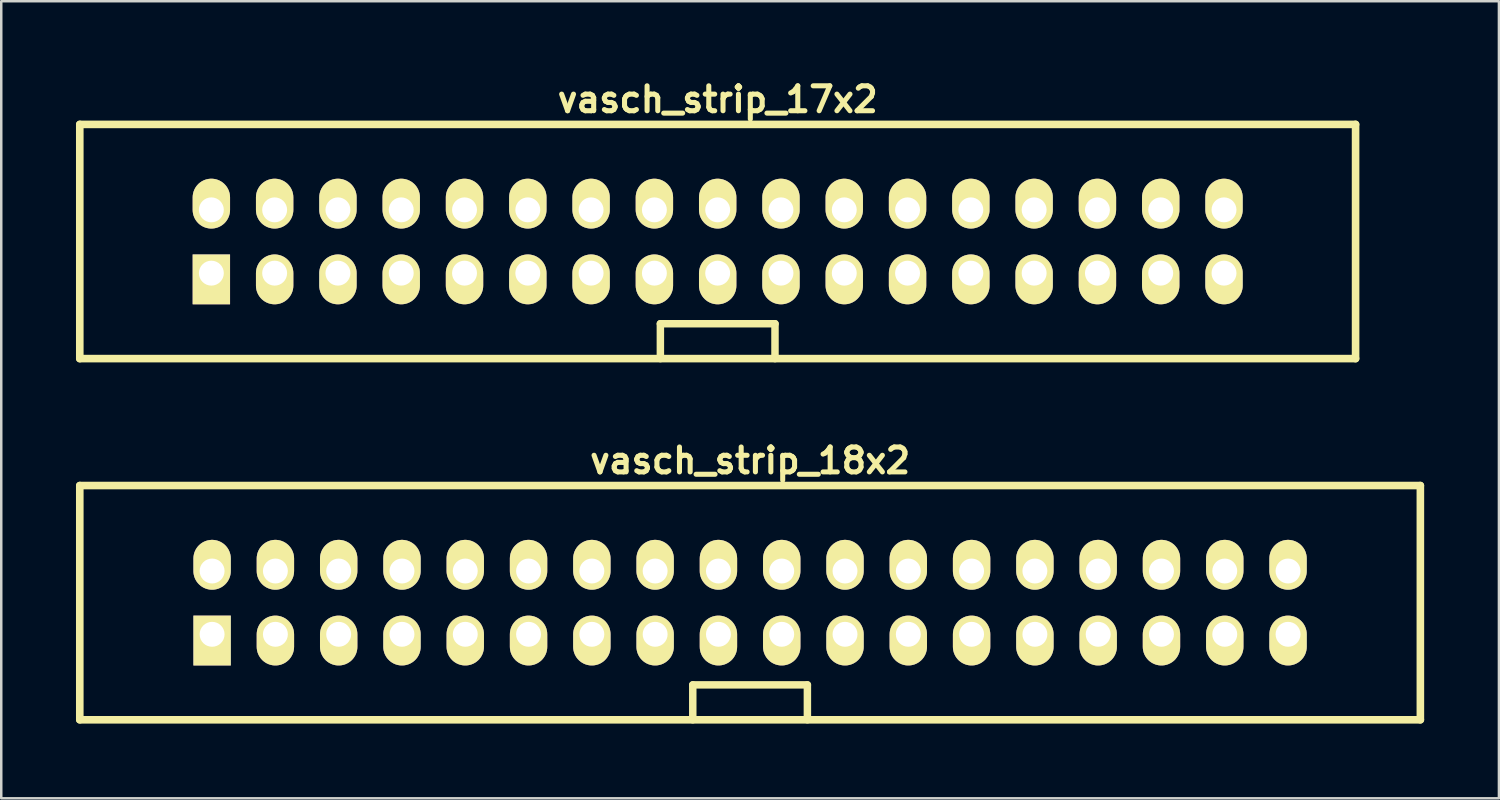
<source format=kicad_pcb>
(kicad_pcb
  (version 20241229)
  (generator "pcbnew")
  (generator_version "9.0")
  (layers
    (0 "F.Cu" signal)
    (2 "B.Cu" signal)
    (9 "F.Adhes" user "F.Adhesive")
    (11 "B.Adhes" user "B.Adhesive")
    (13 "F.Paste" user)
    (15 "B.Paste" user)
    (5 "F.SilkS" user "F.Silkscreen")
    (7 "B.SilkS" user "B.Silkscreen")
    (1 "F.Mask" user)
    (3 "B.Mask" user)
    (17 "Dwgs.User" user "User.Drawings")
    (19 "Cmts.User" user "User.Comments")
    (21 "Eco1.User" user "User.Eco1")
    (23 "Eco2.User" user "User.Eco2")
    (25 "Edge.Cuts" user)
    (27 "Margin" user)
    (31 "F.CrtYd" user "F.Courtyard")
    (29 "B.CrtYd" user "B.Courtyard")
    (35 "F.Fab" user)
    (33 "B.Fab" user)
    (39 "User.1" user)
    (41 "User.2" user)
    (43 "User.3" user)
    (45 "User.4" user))
  (footprint "vasch_strip_17x2"
    (layer "F.Cu")
    (at 25.752 6.642)
    (property "Reference" "vasch_strip_17x2" (at 0 -5.7 0) (layer "F.SilkS") (effects (font (size 1 1) (thickness 0.203))))
    (attr through_hole)
    (fp_line (start -25.6 -4.7) (end -25.6 4.7) (stroke (width 0.305) (type solid)) (layer "F.SilkS"))
    (fp_line (start -25.6 4.7) (end 25.6 4.7) (stroke (width 0.305) (type solid)) (layer "F.SilkS"))
    (fp_line (start -2.3 3.3) (end -2.3 4.7) (stroke (width 0.3) (type solid)) (layer "F.SilkS"))
    (fp_line (start 2.3 3.3) (end -2.3 3.3) (stroke (width 0.3) (type solid)) (layer "F.SilkS"))
    (fp_line (start 2.3 4.7) (end 2.3 3.3) (stroke (width 0.3) (type solid)) (layer "F.SilkS"))
    (fp_line (start 25.6 -4.7) (end -25.6 -4.7) (stroke (width 0.305) (type solid)) (layer "F.SilkS"))
    (fp_line (start 25.6 -4.7) (end 25.6 4.7) (stroke (width 0.305) (type solid)) (layer "F.SilkS"))
    (pad "1" thru_hole rect (at -20.32 1.27) (size 1.5 2) (drill 1 (offset 0 0.25)) (layers "*.Cu" "*.Mask" "F.SilkS"))
    (pad "2" thru_hole oval (at -20.32 -1.27) (size 1.5 2) (drill 1 (offset 0 -0.25)) (layers "*.Cu" "*.Mask" "F.SilkS"))
    (pad "3" thru_hole oval (at -17.78 1.27) (size 1.5 2) (drill 1 (offset 0 0.25)) (layers "*.Cu" "*.Mask" "F.SilkS"))
    (pad "4" thru_hole oval (at -17.78 -1.27) (size 1.5 2) (drill 1 (offset 0 -0.25)) (layers "*.Cu" "*.Mask" "F.SilkS"))
    (pad "5" thru_hole oval (at -15.24 1.27) (size 1.5 2) (drill 1 (offset 0 0.25)) (layers "*.Cu" "*.Mask" "F.SilkS"))
    (pad "6" thru_hole oval (at -15.24 -1.27) (size 1.5 2) (drill 1 (offset 0 -0.25)) (layers "*.Cu" "*.Mask" "F.SilkS"))
    (pad "7" thru_hole oval (at -12.7 1.27) (size 1.5 2) (drill 1 (offset 0 0.25)) (layers "*.Cu" "*.Mask" "F.SilkS"))
    (pad "8" thru_hole oval (at -12.7 -1.27) (size 1.5 2) (drill 1 (offset 0 -0.25)) (layers "*.Cu" "*.Mask" "F.SilkS"))
    (pad "9" thru_hole oval (at -10.16 1.27) (size 1.5 2) (drill 1 (offset 0 0.25)) (layers "*.Cu" "*.Mask" "F.SilkS"))
    (pad "10" thru_hole oval (at -10.16 -1.27) (size 1.5 2) (drill 1 (offset 0 -0.25)) (layers "*.Cu" "*.Mask" "F.SilkS"))
    (pad "11" thru_hole oval (at -7.62 1.27) (size 1.5 2) (drill 1 (offset 0 0.25)) (layers "*.Cu" "*.Mask" "F.SilkS"))
    (pad "12" thru_hole oval (at -7.62 -1.27) (size 1.5 2) (drill 1 (offset 0 -0.25)) (layers "*.Cu" "*.Mask" "F.SilkS"))
    (pad "13" thru_hole oval (at -5.08 1.27) (size 1.5 2) (drill 1 (offset 0 0.25)) (layers "*.Cu" "*.Mask" "F.SilkS"))
    (pad "14" thru_hole oval (at -5.08 -1.27) (size 1.5 2) (drill 1 (offset 0 -0.25)) (layers "*.Cu" "*.Mask" "F.SilkS"))
    (pad "15" thru_hole oval (at -2.54 1.27) (size 1.5 2) (drill 1 (offset 0 0.25)) (layers "*.Cu" "*.Mask" "F.SilkS"))
    (pad "16" thru_hole oval (at -2.54 -1.27) (size 1.5 2) (drill 1 (offset 0 -0.25)) (layers "*.Cu" "*.Mask" "F.SilkS"))
    (pad "17" thru_hole oval (at 0 1.27) (size 1.5 2) (drill 1 (offset 0 0.25)) (layers "*.Cu" "*.Mask" "F.SilkS"))
    (pad "18" thru_hole oval (at 0 -1.27) (size 1.5 2) (drill 1 (offset 0 -0.25)) (layers "*.Cu" "*.Mask" "F.SilkS"))
    (pad "19" thru_hole oval (at 2.54 1.27) (size 1.5 2) (drill 1 (offset 0 0.25)) (layers "*.Cu" "*.Mask" "F.SilkS"))
    (pad "20" thru_hole oval (at 2.54 -1.27) (size 1.5 2) (drill 1 (offset 0 -0.25)) (layers "*.Cu" "*.Mask" "F.SilkS"))
    (pad "21" thru_hole oval (at 5.08 1.27) (size 1.5 2) (drill 1 (offset 0 0.25)) (layers "*.Cu" "*.Mask" "F.SilkS"))
    (pad "22" thru_hole oval (at 5.08 -1.27) (size 1.5 2) (drill 1 (offset 0 -0.25)) (layers "*.Cu" "*.Mask" "F.SilkS"))
    (pad "23" thru_hole oval (at 7.62 1.27) (size 1.5 2) (drill 1 (offset 0 0.25)) (layers "*.Cu" "*.Mask" "F.SilkS"))
    (pad "24" thru_hole oval (at 7.62 -1.27) (size 1.5 2) (drill 1 (offset 0 -0.25)) (layers "*.Cu" "*.Mask" "F.SilkS"))
    (pad "25" thru_hole oval (at 10.16 1.27) (size 1.5 2) (drill 1 (offset 0 0.25)) (layers "*.Cu" "*.Mask" "F.SilkS"))
    (pad "26" thru_hole oval (at 10.16 -1.27) (size 1.5 2) (drill 1 (offset 0 -0.25)) (layers "*.Cu" "*.Mask" "F.SilkS"))
    (pad "27" thru_hole oval (at 12.7 1.27) (size 1.5 2) (drill 1 (offset 0 0.25)) (layers "*.Cu" "*.Mask" "F.SilkS"))
    (pad "28" thru_hole oval (at 12.7 -1.27) (size 1.5 2) (drill 1 (offset 0 -0.25)) (layers "*.Cu" "*.Mask" "F.SilkS"))
    (pad "29" thru_hole oval (at 15.24 1.27) (size 1.5 2) (drill 1 (offset 0 0.25)) (layers "*.Cu" "*.Mask" "F.SilkS"))
    (pad "30" thru_hole oval (at 15.24 -1.27) (size 1.5 2) (drill 1 (offset 0 -0.25)) (layers "*.Cu" "*.Mask" "F.SilkS"))
    (pad "31" thru_hole oval (at 17.78 1.27) (size 1.5 2) (drill 1 (offset 0 0.25)) (layers "*.Cu" "*.Mask" "F.SilkS"))
    (pad "32" thru_hole oval (at 17.78 -1.27) (size 1.5 2) (drill 1 (offset 0 -0.25)) (layers "*.Cu" "*.Mask" "F.SilkS"))
    (pad "33" thru_hole oval (at 20.32 1.27) (size 1.5 2) (drill 1 (offset 0 0.25)) (layers "*.Cu" "*.Mask" "F.SilkS"))
    (pad "34" thru_hole oval (at 20.32 -1.27) (size 1.5 2) (drill 1 (offset 0 -0.25)) (layers "*.Cu" "*.Mask" "F.SilkS")))
  (footprint "vasch_strip_18x2"
    (layer "F.Cu")
    (at 27.052 21.136)
    (property "Reference" "vasch_strip_18x2" (at 0 -5.7 0) (layer "F.SilkS") (effects (font (size 1 1) (thickness 0.203))))
    (attr through_hole)
    (fp_line (start -26.9 -4.7) (end -26.9 4.7) (stroke (width 0.305) (type solid)) (layer "F.SilkS"))
    (fp_line (start -26.9 4.7) (end 26.9 4.7) (stroke (width 0.305) (type solid)) (layer "F.SilkS"))
    (fp_line (start -2.3 3.3) (end -2.3 4.7) (stroke (width 0.3) (type solid)) (layer "F.SilkS"))
    (fp_line (start 2.3 3.3) (end -2.3 3.3) (stroke (width 0.3) (type solid)) (layer "F.SilkS"))
    (fp_line (start 2.3 4.7) (end 2.3 3.3) (stroke (width 0.3) (type solid)) (layer "F.SilkS"))
    (fp_line (start 26.9 -4.7) (end -26.9 -4.7) (stroke (width 0.305) (type solid)) (layer "F.SilkS"))
    (fp_line (start 26.9 -4.7) (end 26.9 4.7) (stroke (width 0.305) (type solid)) (layer "F.SilkS"))
    (pad "1" thru_hole rect (at -21.59 1.27) (size 1.5 2) (drill 1 (offset 0 0.25)) (layers "*.Cu" "*.Mask" "F.SilkS"))
    (pad "2" thru_hole oval (at -21.59 -1.27) (size 1.5 2) (drill 1 (offset 0 -0.25)) (layers "*.Cu" "*.Mask" "F.SilkS"))
    (pad "3" thru_hole oval (at -19.05 1.27) (size 1.5 2) (drill 1 (offset 0 0.25)) (layers "*.Cu" "*.Mask" "F.SilkS"))
    (pad "4" thru_hole oval (at -19.05 -1.27) (size 1.5 2) (drill 1 (offset 0 -0.25)) (layers "*.Cu" "*.Mask" "F.SilkS"))
    (pad "5" thru_hole oval (at -16.51 1.27) (size 1.5 2) (drill 1 (offset 0 0.25)) (layers "*.Cu" "*.Mask" "F.SilkS"))
    (pad "6" thru_hole oval (at -16.51 -1.27) (size 1.5 2) (drill 1 (offset 0 -0.25)) (layers "*.Cu" "*.Mask" "F.SilkS"))
    (pad "7" thru_hole oval (at -13.97 1.27) (size 1.5 2) (drill 1 (offset 0 0.25)) (layers "*.Cu" "*.Mask" "F.SilkS"))
    (pad "8" thru_hole oval (at -13.97 -1.27) (size 1.5 2) (drill 1 (offset 0 -0.25)) (layers "*.Cu" "*.Mask" "F.SilkS"))
    (pad "9" thru_hole oval (at -11.43 1.27) (size 1.5 2) (drill 1 (offset 0 0.25)) (layers "*.Cu" "*.Mask" "F.SilkS"))
    (pad "10" thru_hole oval (at -11.43 -1.27) (size 1.5 2) (drill 1 (offset 0 -0.25)) (layers "*.Cu" "*.Mask" "F.SilkS"))
    (pad "11" thru_hole oval (at -8.89 1.27) (size 1.5 2) (drill 1 (offset 0 0.25)) (layers "*.Cu" "*.Mask" "F.SilkS"))
    (pad "12" thru_hole oval (at -8.89 -1.27) (size 1.5 2) (drill 1 (offset 0 -0.25)) (layers "*.Cu" "*.Mask" "F.SilkS"))
    (pad "13" thru_hole oval (at -6.35 1.27) (size 1.5 2) (drill 1 (offset 0 0.25)) (layers "*.Cu" "*.Mask" "F.SilkS"))
    (pad "14" thru_hole oval (at -6.35 -1.27) (size 1.5 2) (drill 1 (offset 0 -0.25)) (layers "*.Cu" "*.Mask" "F.SilkS"))
    (pad "15" thru_hole oval (at -3.81 1.27) (size 1.5 2) (drill 1 (offset 0 0.25)) (layers "*.Cu" "*.Mask" "F.SilkS"))
    (pad "16" thru_hole oval (at -3.81 -1.27) (size 1.5 2) (drill 1 (offset 0 -0.25)) (layers "*.Cu" "*.Mask" "F.SilkS"))
    (pad "17" thru_hole oval (at -1.27 1.27) (size 1.5 2) (drill 1 (offset 0 0.25)) (layers "*.Cu" "*.Mask" "F.SilkS"))
    (pad "18" thru_hole oval (at -1.27 -1.27) (size 1.5 2) (drill 1 (offset 0 -0.25)) (layers "*.Cu" "*.Mask" "F.SilkS"))
    (pad "19" thru_hole oval (at 1.27 1.27) (size 1.5 2) (drill 1 (offset 0 0.25)) (layers "*.Cu" "*.Mask" "F.SilkS"))
    (pad "20" thru_hole oval (at 1.27 -1.27) (size 1.5 2) (drill 1 (offset 0 -0.25)) (layers "*.Cu" "*.Mask" "F.SilkS"))
    (pad "21" thru_hole oval (at 3.81 1.27) (size 1.5 2) (drill 1 (offset 0 0.25)) (layers "*.Cu" "*.Mask" "F.SilkS"))
    (pad "22" thru_hole oval (at 3.81 -1.27) (size 1.5 2) (drill 1 (offset 0 -0.25)) (layers "*.Cu" "*.Mask" "F.SilkS"))
    (pad "23" thru_hole oval (at 6.35 1.27) (size 1.5 2) (drill 1 (offset 0 0.25)) (layers "*.Cu" "*.Mask" "F.SilkS"))
    (pad "24" thru_hole oval (at 6.35 -1.27) (size 1.5 2) (drill 1 (offset 0 -0.25)) (layers "*.Cu" "*.Mask" "F.SilkS"))
    (pad "25" thru_hole oval (at 8.89 1.27) (size 1.5 2) (drill 1 (offset 0 0.25)) (layers "*.Cu" "*.Mask" "F.SilkS"))
    (pad "26" thru_hole oval (at 8.89 -1.27) (size 1.5 2) (drill 1 (offset 0 -0.25)) (layers "*.Cu" "*.Mask" "F.SilkS"))
    (pad "27" thru_hole oval (at 11.43 1.27) (size 1.5 2) (drill 1 (offset 0 0.25)) (layers "*.Cu" "*.Mask" "F.SilkS"))
    (pad "28" thru_hole oval (at 11.43 -1.27) (size 1.5 2) (drill 1 (offset 0 -0.25)) (layers "*.Cu" "*.Mask" "F.SilkS"))
    (pad "29" thru_hole oval (at 13.97 1.27) (size 1.5 2) (drill 1 (offset 0 0.25)) (layers "*.Cu" "*.Mask" "F.SilkS"))
    (pad "30" thru_hole oval (at 13.97 -1.27) (size 1.5 2) (drill 1 (offset 0 -0.25)) (layers "*.Cu" "*.Mask" "F.SilkS"))
    (pad "31" thru_hole oval (at 16.51 1.27) (size 1.5 2) (drill 1 (offset 0 0.25)) (layers "*.Cu" "*.Mask" "F.SilkS"))
    (pad "32" thru_hole oval (at 16.51 -1.27) (size 1.5 2) (drill 1 (offset 0 -0.25)) (layers "*.Cu" "*.Mask" "F.SilkS"))
    (pad "33" thru_hole oval (at 19.05 1.27) (size 1.5 2) (drill 1 (offset 0 0.25)) (layers "*.Cu" "*.Mask" "F.SilkS"))
    (pad "34" thru_hole oval (at 19.05 -1.27) (size 1.5 2) (drill 1 (offset 0 -0.25)) (layers "*.Cu" "*.Mask" "F.SilkS"))
    (pad "35" thru_hole oval (at 21.59 1.27) (size 1.5 2) (drill 1 (offset 0 0.25)) (layers "*.Cu" "*.Mask" "F.SilkS"))
    (pad "36" thru_hole oval (at 21.59 -1.27) (size 1.5 2) (drill 1 (offset 0 -0.25)) (layers "*.Cu" "*.Mask" "F.SilkS")))
  (gr_rect
    (start -3 -3)
    (end 57.105 28.988)
    (stroke (width 0.1) (type default))
    (fill no)
    (layer "Edge.Cuts")))
</source>
